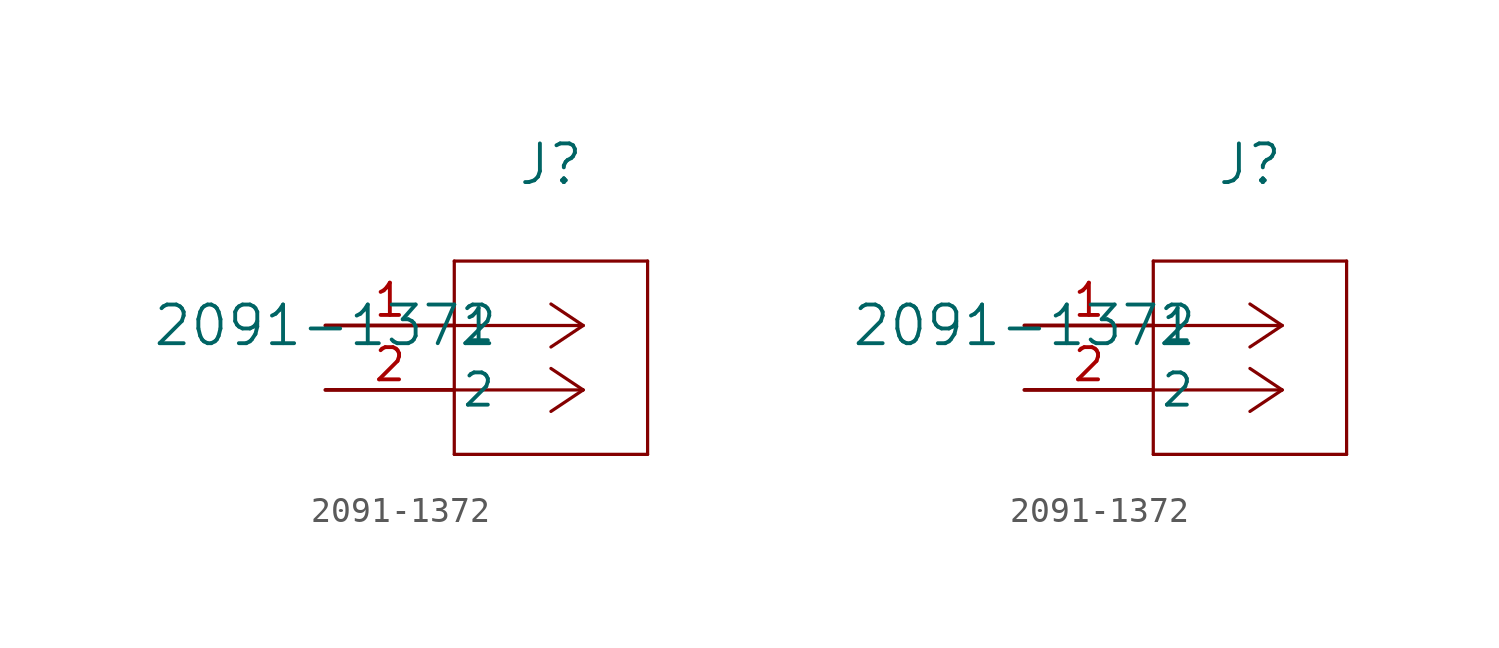
<source format=kicad_sym>
(kicad_symbol_lib
  (version 20211014)
  (generator kicad_symbol_editor)
  (symbol "2091-1372"
    (pin_names
      (offset 0.254))
    (property "Reference" "J"
      (at 8.89 6.35 0)
      (effects (font (size 1.524 1.524))))
    (property "Value" "2091-1372"
      (at 0 0 0)
      (effects (font (size 1.524 1.524))))
    (symbol "2091-1372_1_1"
      (polyline (pts (xy 10.16 0) (xy 5.08 0)) (stroke (width 0.127) (type default) (color 0 0 0 0)) (fill (type none)))
      (polyline (pts (xy 10.16 -2.54) (xy 5.08 -2.54)) (stroke (width 0.127) (type default) (color 0 0 0 0)) (fill (type none)))
      (polyline (pts (xy 10.16 0) (xy 8.89 0.847)) (stroke (width 0.127) (type default) (color 0 0 0 0)) (fill (type none)))
      (polyline (pts (xy 10.16 -2.54) (xy 8.89 -1.693)) (stroke (width 0.127) (type default) (color 0 0 0 0)) (fill (type none)))
      (polyline (pts (xy 10.16 0) (xy 8.89 -0.847)) (stroke (width 0.127) (type default) (color 0 0 0 0)) (fill (type none)))
      (polyline (pts (xy 10.16 -2.54) (xy 8.89 -3.387)) (stroke (width 0.127) (type default) (color 0 0 0 0)) (fill (type none)))
      (polyline (pts (xy 5.08 2.54) (xy 5.08 -5.08)) (stroke (width 0.127) (type default) (color 0 0 0 0)) (fill (type none)))
      (polyline (pts (xy 5.08 -5.08) (xy 12.7 -5.08)) (stroke (width 0.127) (type default) (color 0 0 0 0)) (fill (type none)))
      (polyline (pts (xy 12.7 -5.08) (xy 12.7 2.54)) (stroke (width 0.127) (type default) (color 0 0 0 0)) (fill (type none)))
      (polyline (pts (xy 12.7 2.54) (xy 5.08 2.54)) (stroke (width 0.127) (type default) (color 0 0 0 0)) (fill (type none)))
      (pin unspecified line (at 0 0 0) (length 5.08) (name "1" (effects (font (size 1.27 1.27)))) (number "1" (effects (font (size 1.27 1.27)))))
      (pin unspecified line (at 0 -2.54 0) (length 5.08) (name "2" (effects (font (size 1.27 1.27)))) (number "2" (effects (font (size 1.27 1.27))))))
    (symbol "2091-1372_1_2"
      (polyline (pts (xy 10.16 0) (xy 5.08 0)) (stroke (width 0.127) (type default) (color 0 0 0 0)) (fill (type none)))
      (polyline (pts (xy 10.16 -2.54) (xy 5.08 -2.54)) (stroke (width 0.127) (type default) (color 0 0 0 0)) (fill (type none)))
      (polyline (pts (xy 10.16 0) (xy 8.89 0.847)) (stroke (width 0.127) (type default) (color 0 0 0 0)) (fill (type none)))
      (polyline (pts (xy 10.16 -2.54) (xy 8.89 -1.693)) (stroke (width 0.127) (type default) (color 0 0 0 0)) (fill (type none)))
      (polyline (pts (xy 10.16 0) (xy 8.89 -0.847)) (stroke (width 0.127) (type default) (color 0 0 0 0)) (fill (type none)))
      (polyline (pts (xy 10.16 -2.54) (xy 8.89 -3.387)) (stroke (width 0.127) (type default) (color 0 0 0 0)) (fill (type none)))
      (polyline (pts (xy 5.08 2.54) (xy 5.08 -5.08)) (stroke (width 0.127) (type default) (color 0 0 0 0)) (fill (type none)))
      (polyline (pts (xy 5.08 -5.08) (xy 12.7 -5.08)) (stroke (width 0.127) (type default) (color 0 0 0 0)) (fill (type none)))
      (polyline (pts (xy 12.7 -5.08) (xy 12.7 2.54)) (stroke (width 0.127) (type default) (color 0 0 0 0)) (fill (type none)))
      (polyline (pts (xy 12.7 2.54) (xy 5.08 2.54)) (stroke (width 0.127) (type default) (color 0 0 0 0)) (fill (type none)))
      (pin unspecified line (at 0 0 0) (length 5.08) (name "1" (effects (font (size 1.27 1.27)))) (number "1" (effects (font (size 1.27 1.27)))))
      (pin unspecified line (at 0 -2.54 0) (length 5.08) (name "2" (effects (font (size 1.27 1.27)))) (number "2" (effects (font (size 1.27 1.27))))))))
</source>
